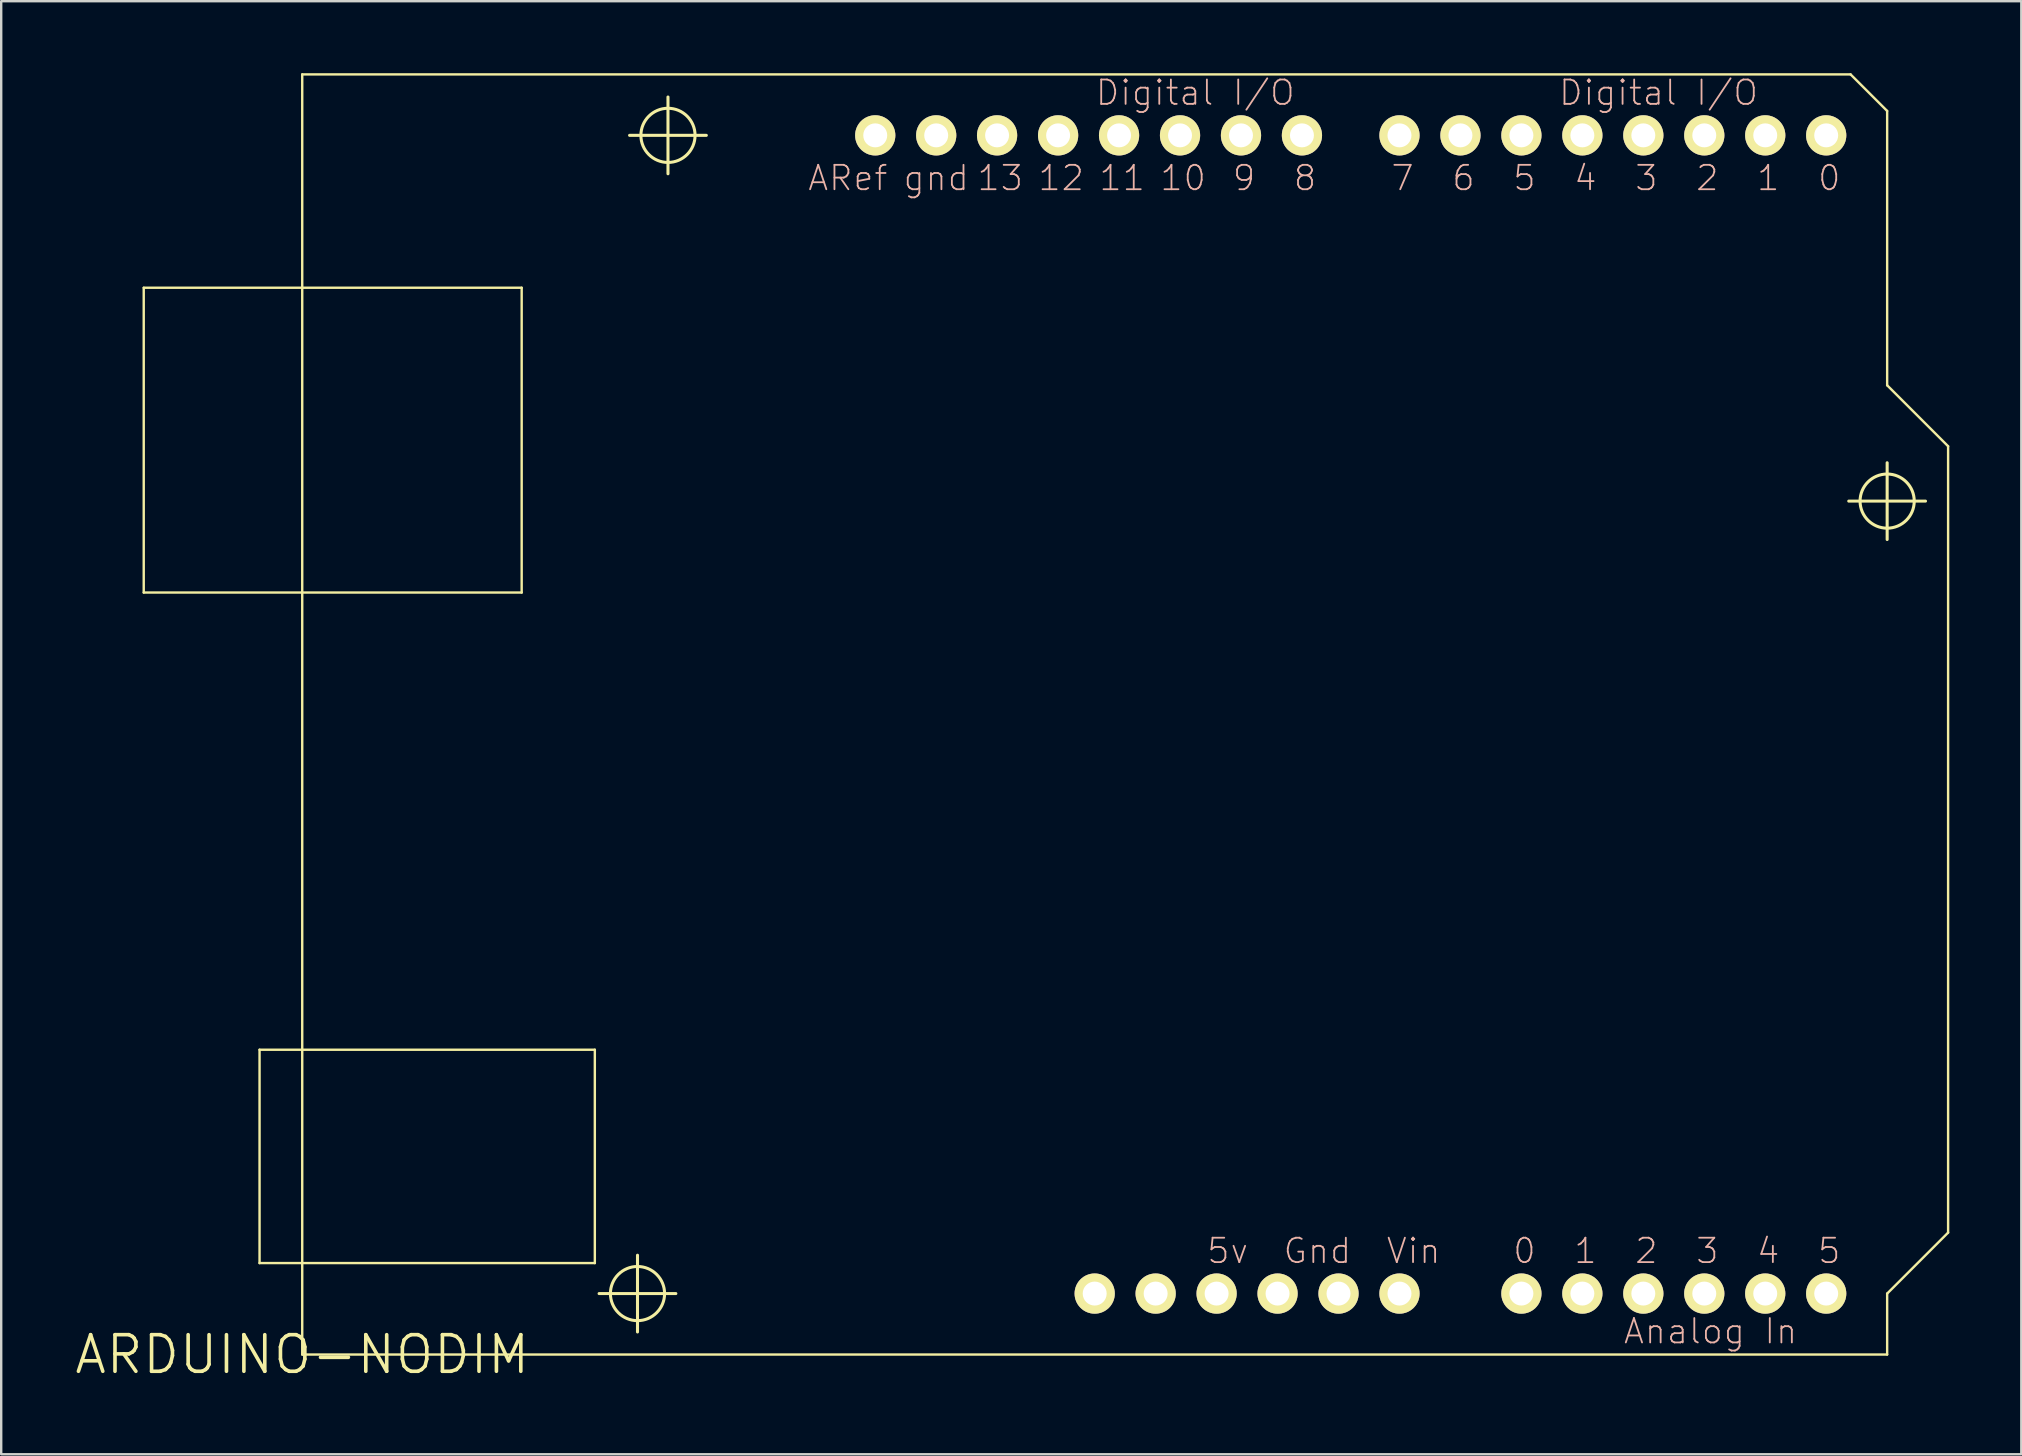
<source format=kicad_pcb>
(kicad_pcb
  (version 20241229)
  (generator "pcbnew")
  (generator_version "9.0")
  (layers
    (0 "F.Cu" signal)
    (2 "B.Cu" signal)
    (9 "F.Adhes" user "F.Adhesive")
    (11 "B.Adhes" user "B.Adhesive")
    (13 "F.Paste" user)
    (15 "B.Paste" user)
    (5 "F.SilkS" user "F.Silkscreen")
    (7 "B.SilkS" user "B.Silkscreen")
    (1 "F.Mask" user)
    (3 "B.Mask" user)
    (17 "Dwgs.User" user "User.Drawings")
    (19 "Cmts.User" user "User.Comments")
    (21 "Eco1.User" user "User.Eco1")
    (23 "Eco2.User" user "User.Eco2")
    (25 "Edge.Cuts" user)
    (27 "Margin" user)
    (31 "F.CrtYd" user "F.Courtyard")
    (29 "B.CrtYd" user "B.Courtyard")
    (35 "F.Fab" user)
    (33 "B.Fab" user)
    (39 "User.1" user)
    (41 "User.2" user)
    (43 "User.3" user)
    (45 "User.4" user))
  (footprint "ARDUINO-NODIM"
    (layer "F.Cu")
    (at 9.543 53.39)
    (property "Reference" "ARDUINO-NODIM" (at 0 0 0) (layer "F.SilkS") (effects (font (size 1.524 1.524) (thickness 0.15))))
    (attr exclude_from_pos_files exclude_from_bom)
    (fp_line (start -6.604 -44.45) (end -6.604 -31.75) (stroke (width 0.1) (type solid)) (layer "F.SilkS"))
    (fp_line (start -6.604 -31.75) (end 9.144 -31.75) (stroke (width 0.1) (type solid)) (layer "F.SilkS"))
    (fp_line (start -1.778 -12.7) (end -1.778 -3.81) (stroke (width 0.1) (type solid)) (layer "F.SilkS"))
    (fp_line (start -1.778 -3.81) (end 12.192 -3.81) (stroke (width 0.1) (type solid)) (layer "F.SilkS"))
    (fp_line (start 0 -53.34) (end 0 0) (stroke (width 0.1) (type solid)) (layer "F.SilkS"))
    (fp_line (start 0 0) (end 66.04 0) (stroke (width 0.1) (type solid)) (layer "F.SilkS"))
    (fp_line (start 9.144 -44.45) (end -6.604 -44.45) (stroke (width 0.1) (type solid)) (layer "F.SilkS"))
    (fp_line (start 9.144 -31.75) (end 9.144 -44.45) (stroke (width 0.1) (type solid)) (layer "F.SilkS"))
    (fp_line (start 12.192 -12.7) (end -1.778 -12.7) (stroke (width 0.1) (type solid)) (layer "F.SilkS"))
    (fp_line (start 12.192 -3.81) (end 12.192 -12.7) (stroke (width 0.1) (type solid)) (layer "F.SilkS"))
    (fp_line (start 12.37 -2.54) (end 15.568 -2.54) (stroke (width 0.127) (type solid)) (layer "F.SilkS"))
    (fp_line (start 13.64 -50.8) (end 16.838 -50.8) (stroke (width 0.127) (type solid)) (layer "F.SilkS"))
    (fp_line (start 13.97 -0.94) (end 13.97 -4.138) (stroke (width 0.127) (type solid)) (layer "F.SilkS"))
    (fp_line (start 15.24 -49.2) (end 15.24 -52.398) (stroke (width 0.127) (type solid)) (layer "F.SilkS"))
    (fp_line (start 64.44 -35.56) (end 67.638 -35.56) (stroke (width 0.127) (type solid)) (layer "F.SilkS"))
    (fp_line (start 64.516 -53.34) (end 0 -53.34) (stroke (width 0.1) (type solid)) (layer "F.SilkS"))
    (fp_line (start 66.04 -51.816) (end 64.516 -53.34) (stroke (width 0.1) (type solid)) (layer "F.SilkS"))
    (fp_line (start 66.04 -40.386) (end 66.04 -51.816) (stroke (width 0.1) (type solid)) (layer "F.SilkS"))
    (fp_line (start 66.04 -33.96) (end 66.04 -37.158) (stroke (width 0.127) (type solid)) (layer "F.SilkS"))
    (fp_line (start 66.04 -2.54) (end 68.58 -5.08) (stroke (width 0.1) (type solid)) (layer "F.SilkS"))
    (fp_line (start 66.04 0) (end 66.04 -2.54) (stroke (width 0.1) (type solid)) (layer "F.SilkS"))
    (fp_line (start 68.58 -37.846) (end 66.04 -40.386) (stroke (width 0.1) (type solid)) (layer "F.SilkS"))
    (fp_line (start 68.58 -5.08) (end 68.58 -37.846) (stroke (width 0.1) (type solid)) (layer "F.SilkS"))
    (fp_circle (center 13.97 -2.54) (end 14.768 -3.338) (stroke (width 0.127) (type solid)) (fill no) (layer "F.SilkS"))
    (fp_circle (center 15.24 -50.8) (end 16.038 -51.598) (stroke (width 0.127) (type solid)) (fill no) (layer "F.SilkS"))
    (fp_circle (center 66.04 -35.56) (end 66.838 -36.358) (stroke (width 0.127) (type solid)) (fill no) (layer "F.SilkS"))
    (fp_text user "ARef" (at 22.733 -49.022 180) (layer "B.SilkS") (effects (font (size 1.016 1.016) (thickness 0.076))))
    (fp_text user "5" (at 63.627 -4.318 0) (layer "B.SilkS") (effects (font (size 1.016 1.016) (thickness 0.076))))
    (fp_text user "gnd" (at 26.416 -49.022 180) (layer "B.SilkS") (effects (font (size 1.016 1.016) (thickness 0.076))))
    (fp_text user "7" (at 45.847 -49.022 180) (layer "B.SilkS") (effects (font (size 1.016 1.016) (thickness 0.076))))
    (fp_text user "11" (at 34.163 -49.022 180) (layer "B.SilkS") (effects (font (size 1.016 1.016) (thickness 0.076))))
    (fp_text user "3" (at 58.547 -4.318 0) (layer "B.SilkS") (effects (font (size 1.016 1.016) (thickness 0.076))))
    (fp_text user "2" (at 56.007 -4.318 0) (layer "B.SilkS") (effects (font (size 1.016 1.016) (thickness 0.076))))
    (fp_text user "13" (at 29.083 -49.022 180) (layer "B.SilkS") (effects (font (size 1.016 1.016) (thickness 0.076))))
    (fp_text user "2" (at 58.547 -49.022 180) (layer "B.SilkS") (effects (font (size 1.016 1.016) (thickness 0.076))))
    (fp_text user "Digital I/O" (at 56.515 -52.578 0) (layer "B.SilkS") (effects (font (size 1.016 1.016) (thickness 0.076))))
    (fp_text user "Analog In" (at 58.682 -0.97 0) (layer "B.SilkS") (effects (font (size 1.016 1.016) (thickness 0.076))))
    (fp_text user "9" (at 39.243 -49.022 180) (layer "B.SilkS") (effects (font (size 1.016 1.016) (thickness 0.076))))
    (fp_text user "5v" (at 38.562 -4.318 0) (layer "B.SilkS") (effects (font (size 1.016 1.016) (thickness 0.076))))
    (fp_text user "0" (at 50.927 -4.318 0) (layer "B.SilkS") (effects (font (size 1.016 1.016) (thickness 0.076))))
    (fp_text user "4" (at 53.467 -49.022 180) (layer "B.SilkS") (effects (font (size 1.016 1.016) (thickness 0.076))))
    (fp_text user "0" (at 63.627 -49.022 180) (layer "B.SilkS") (effects (font (size 1.016 1.016) (thickness 0.076))))
    (fp_text user "6" (at 48.387 -49.022 180) (layer "B.SilkS") (effects (font (size 1.016 1.016) (thickness 0.076))))
    (fp_text user "12" (at 31.623 -49.022 180) (layer "B.SilkS") (effects (font (size 1.016 1.016) (thickness 0.076))))
    (fp_text user "3" (at 56.007 -49.022 180) (layer "B.SilkS") (effects (font (size 1.016 1.016) (thickness 0.076))))
    (fp_text user "Gnd" (at 42.299 -4.318 0) (layer "B.SilkS") (effects (font (size 1.016 1.016) (thickness 0.076))))
    (fp_text user "Vin" (at 46.309 -4.318 0) (layer "B.SilkS") (effects (font (size 1.016 1.016) (thickness 0.076))))
    (fp_text user "8" (at 41.783 -49.022 180) (layer "B.SilkS") (effects (font (size 1.016 1.016) (thickness 0.076))))
    (fp_text user "5" (at 50.927 -49.022 180) (layer "B.SilkS") (effects (font (size 1.016 1.016) (thickness 0.076))))
    (fp_text user "Digital I/O" (at 37.211 -52.578 0) (layer "B.SilkS") (effects (font (size 1.016 1.016) (thickness 0.076))))
    (fp_text user "4" (at 61.084 -4.318 0) (layer "B.SilkS") (effects (font (size 1.016 1.016) (thickness 0.076))))
    (fp_text user "1" (at 61.084 -49.022 180) (layer "B.SilkS") (effects (font (size 1.016 1.016) (thickness 0.076))))
    (fp_text user "1" (at 53.467 -4.318 0) (layer "B.SilkS") (effects (font (size 1.016 1.016) (thickness 0.076))))
    (fp_text user "10" (at 36.703 -49.022 180) (layer "B.SilkS") (effects (font (size 1.016 1.016) (thickness 0.076))))
    (pad "3V" thru_hole circle (at 35.56 -2.54) (size 1.676 1.676) (drill 0.998) (layers "*.Cu" "F.Mask" "F.SilkS" "F.Paste"))
    (pad "5V" thru_hole circle (at 38.1 -2.54) (size 1.676 1.676) (drill 0.998) (layers "*.Cu" "F.Mask" "F.SilkS" "F.Paste"))
    (pad "A0" thru_hole circle (at 50.8 -2.54) (size 1.676 1.676) (drill 0.998) (layers "*.Cu" "F.Mask" "F.SilkS" "F.Paste"))
    (pad "A1" thru_hole circle (at 53.34 -2.54) (size 1.676 1.676) (drill 0.998) (layers "*.Cu" "F.Mask" "F.SilkS" "F.Paste"))
    (pad "A2" thru_hole circle (at 55.88 -2.54) (size 1.676 1.676) (drill 0.998) (layers "*.Cu" "F.Mask" "F.SilkS" "F.Paste"))
    (pad "A3" thru_hole circle (at 58.42 -2.54) (size 1.676 1.676) (drill 0.998) (layers "*.Cu" "F.Mask" "F.SilkS" "F.Paste"))
    (pad "A4" thru_hole circle (at 60.96 -2.54) (size 1.676 1.676) (drill 0.998) (layers "*.Cu" "F.Mask" "F.SilkS" "F.Paste"))
    (pad "A5" thru_hole circle (at 63.5 -2.54) (size 1.676 1.676) (drill 0.998) (layers "*.Cu" "F.Mask" "F.SilkS" "F.Paste"))
    (pad "AREF" thru_hole circle (at 23.876 -50.8) (size 1.676 1.676) (drill 0.998) (layers "*.Cu" "F.Mask" "F.SilkS" "F.Paste"))
    (pad "D0" thru_hole circle (at 63.5 -50.8) (size 1.676 1.676) (drill 0.998) (layers "*.Cu" "F.Mask" "F.SilkS" "F.Paste"))
    (pad "D1" thru_hole circle (at 60.96 -50.8) (size 1.676 1.676) (drill 0.998) (layers "*.Cu" "F.Mask" "F.SilkS" "F.Paste"))
    (pad "D2" thru_hole circle (at 58.42 -50.8) (size 1.676 1.676) (drill 0.998) (layers "*.Cu" "F.Mask" "F.SilkS" "F.Paste"))
    (pad "D3" thru_hole circle (at 55.88 -50.8) (size 1.676 1.676) (drill 0.998) (layers "*.Cu" "F.Mask" "F.SilkS" "F.Paste"))
    (pad "D4" thru_hole circle (at 53.34 -50.8) (size 1.676 1.676) (drill 0.998) (layers "*.Cu" "F.Mask" "F.SilkS" "F.Paste"))
    (pad "D5" thru_hole circle (at 50.8 -50.8) (size 1.676 1.676) (drill 0.998) (layers "*.Cu" "F.Mask" "F.SilkS" "F.Paste"))
    (pad "D6" thru_hole circle (at 48.26 -50.8) (size 1.676 1.676) (drill 0.998) (layers "*.Cu" "F.Mask" "F.SilkS" "F.Paste"))
    (pad "D7" thru_hole circle (at 45.72 -50.8) (size 1.676 1.676) (drill 0.998) (layers "*.Cu" "F.Mask" "F.SilkS" "F.Paste"))
    (pad "D8" thru_hole circle (at 41.656 -50.8) (size 1.676 1.676) (drill 0.998) (layers "*.Cu" "F.Mask" "F.SilkS" "F.Paste"))
    (pad "D9" thru_hole circle (at 39.116 -50.8) (size 1.676 1.676) (drill 0.998) (layers "*.Cu" "F.Mask" "F.SilkS" "F.Paste"))
    (pad "D10" thru_hole circle (at 36.576 -50.8) (size 1.676 1.676) (drill 0.998) (layers "*.Cu" "F.Mask" "F.SilkS" "F.Paste"))
    (pad "D11" thru_hole circle (at 34.036 -50.8) (size 1.676 1.676) (drill 0.998) (layers "*.Cu" "F.Mask" "F.SilkS" "F.Paste"))
    (pad "D12" thru_hole circle (at 31.496 -50.8) (size 1.676 1.676) (drill 0.998) (layers "*.Cu" "F.Mask" "F.SilkS" "F.Paste"))
    (pad "D13" thru_hole circle (at 28.953 -50.8) (size 1.676 1.676) (drill 0.998) (layers "*.Cu" "F.Mask" "F.SilkS" "F.Paste"))
    (pad "GND" thru_hole circle (at 26.416 -50.8) (size 1.676 1.676) (drill 0.998) (layers "*.Cu" "F.Mask" "F.SilkS" "F.Paste"))
    (pad "GND1" thru_hole circle (at 43.18 -2.54) (size 1.676 1.676) (drill 0.998) (layers "*.Cu" "F.Mask" "F.SilkS" "F.Paste"))
    (pad "GND2" thru_hole circle (at 40.64 -2.54) (size 1.676 1.676) (drill 0.998) (layers "*.Cu" "F.Mask" "F.SilkS" "F.Paste"))
    (pad "RESE" thru_hole circle (at 33.02 -2.54) (size 1.676 1.676) (drill 0.998) (layers "*.Cu" "F.Mask" "F.SilkS" "F.Paste"))
    (pad "VIN" thru_hole circle (at 45.72 -2.54) (size 1.676 1.676) (drill 0.998) (layers "*.Cu" "F.Mask" "F.SilkS" "F.Paste")))
  (gr_rect
    (start -3 -3)
    (end 81.173 57.545)
    (stroke (width 0.1) (type default))
    (fill no)
    (layer "Edge.Cuts")))
</source>
